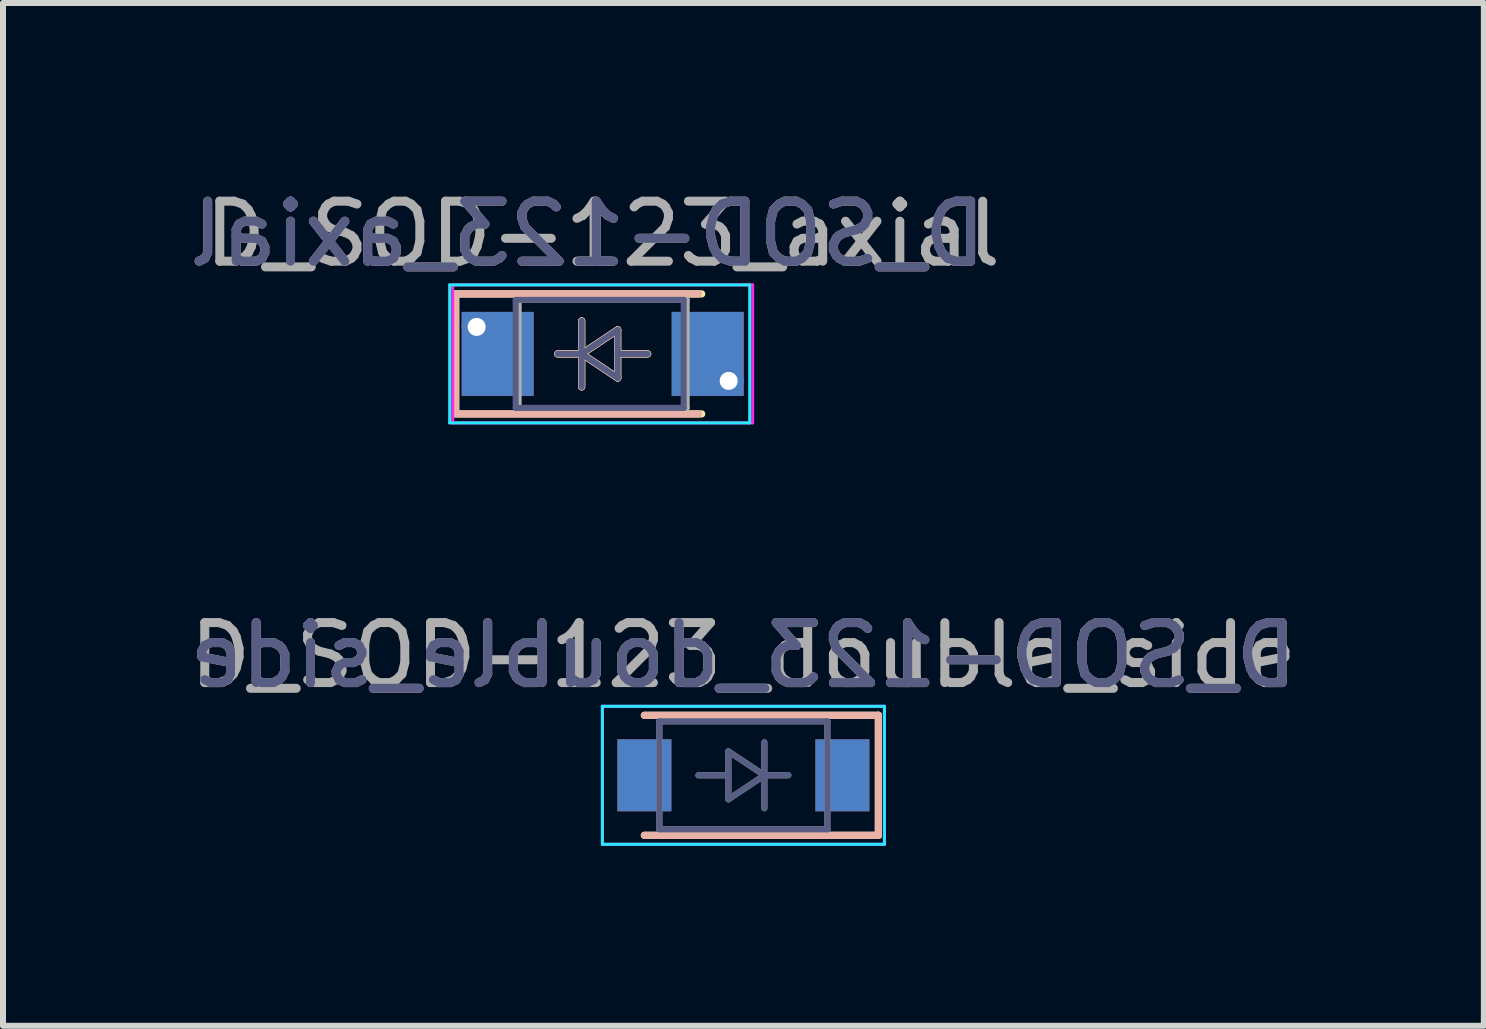
<source format=kicad_pcb>
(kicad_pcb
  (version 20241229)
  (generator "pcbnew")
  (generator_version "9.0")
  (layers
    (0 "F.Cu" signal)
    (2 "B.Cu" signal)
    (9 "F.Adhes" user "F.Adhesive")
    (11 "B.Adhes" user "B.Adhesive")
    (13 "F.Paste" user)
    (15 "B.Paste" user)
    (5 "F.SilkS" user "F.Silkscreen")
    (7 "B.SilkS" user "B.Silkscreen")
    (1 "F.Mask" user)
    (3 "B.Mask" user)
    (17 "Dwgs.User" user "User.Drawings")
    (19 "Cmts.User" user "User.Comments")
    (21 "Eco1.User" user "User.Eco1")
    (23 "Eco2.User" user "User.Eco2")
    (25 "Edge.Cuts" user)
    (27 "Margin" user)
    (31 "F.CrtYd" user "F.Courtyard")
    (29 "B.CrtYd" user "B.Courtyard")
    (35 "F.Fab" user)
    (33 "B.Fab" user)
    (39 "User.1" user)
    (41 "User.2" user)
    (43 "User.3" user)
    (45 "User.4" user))
  (footprint "D_SOD-123_axial"
    (layer "F.Cu")
    (at 6.944 2.848)
    (property "Reference" "D_SOD-123_axial" (at -0.2 -2 0) (layer "B.SilkS") (effects (font (size 1 1) (thickness 0.15)) (justify mirror)))
    (attr smd)
    (fp_line (start -2.4 -1) (end -2.4 1) (stroke (width 0.12) (type solid)) (layer "F.SilkS"))
    (fp_line (start -2.35 -1) (end 1.7 -1) (stroke (width 0.12) (type solid)) (layer "F.SilkS"))
    (fp_line (start -2.35 1) (end 1.7 1) (stroke (width 0.12) (type solid)) (layer "F.SilkS"))
    (fp_line (start -0.3 -0.55) (end -0.3 0.55) (stroke (width 0.12) (type solid)) (layer "F.SilkS"))
    (fp_line (start -0.3 0) (end -0.7 0) (stroke (width 0.12) (type solid)) (layer "F.SilkS"))
    (fp_line (start -0.3 0) (end 0.3 -0.4) (stroke (width 0.12) (type solid)) (layer "F.SilkS"))
    (fp_line (start 0.3 -0.4) (end 0.3 0.4) (stroke (width 0.12) (type solid)) (layer "F.SilkS"))
    (fp_line (start 0.3 0) (end 0.8 0) (stroke (width 0.12) (type solid)) (layer "F.SilkS"))
    (fp_line (start 0.3 0.4) (end -0.3 0) (stroke (width 0.12) (type solid)) (layer "F.SilkS"))
    (fp_line (start -2.4 -1) (end -2.4 1) (stroke (width 0.12) (type solid)) (layer "B.SilkS"))
    (fp_line (start -2.4 -1) (end 1.65 -1) (stroke (width 0.12) (type solid)) (layer "B.SilkS"))
    (fp_line (start -2.4 1) (end 1.65 1) (stroke (width 0.12) (type solid)) (layer "B.SilkS"))
    (fp_line (start -0.3 -0.55) (end -0.3 0.55) (stroke (width 0.12) (type solid)) (layer "B.SilkS"))
    (fp_line (start -0.3 0) (end -0.7 0) (stroke (width 0.12) (type solid)) (layer "B.SilkS"))
    (fp_line (start -0.3 0) (end 0.3 -0.4) (stroke (width 0.12) (type solid)) (layer "B.SilkS"))
    (fp_line (start 0.3 -0.4) (end 0.3 0.4) (stroke (width 0.12) (type solid)) (layer "B.SilkS"))
    (fp_line (start 0.3 0) (end 0.8 0) (stroke (width 0.12) (type solid)) (layer "B.SilkS"))
    (fp_line (start 0.3 0.4) (end -0.3 0) (stroke (width 0.12) (type solid)) (layer "B.SilkS"))
    (fp_line (start -2.5 -1.15) (end -2.5 1.15) (stroke (width 0.05) (type solid)) (layer "B.CrtYd"))
    (fp_line (start -2.5 -1.15) (end 2.5 -1.15) (stroke (width 0.05) (type solid)) (layer "B.CrtYd"))
    (fp_line (start 2.5 -1.15) (end 2.5 1.15) (stroke (width 0.05) (type solid)) (layer "B.CrtYd"))
    (fp_line (start 2.5 1.15) (end -2.5 1.15) (stroke (width 0.05) (type solid)) (layer "B.CrtYd"))
    (fp_line (start -2.45 -1.15) (end -2.45 1.15) (stroke (width 0.05) (type solid)) (layer "F.CrtYd"))
    (fp_line (start -2.45 -1.15) (end 2.55 -1.15) (stroke (width 0.05) (type solid)) (layer "F.CrtYd"))
    (fp_line (start 2.55 -1.15) (end 2.55 1.15) (stroke (width 0.05) (type solid)) (layer "F.CrtYd"))
    (fp_line (start 2.55 1.15) (end -2.45 1.15) (stroke (width 0.05) (type solid)) (layer "F.CrtYd"))
    (fp_line (start -1.4 -0.9) (end 1.4 -0.9) (stroke (width 0.1) (type solid)) (layer "B.Fab"))
    (fp_line (start -1.4 0.9) (end -1.4 -0.9) (stroke (width 0.1) (type solid)) (layer "B.Fab"))
    (fp_line (start -0.7 0) (end -0.3 0) (stroke (width 0.1) (type solid)) (layer "B.Fab"))
    (fp_line (start -0.3 0) (end -0.3 -0.55) (stroke (width 0.1) (type solid)) (layer "B.Fab"))
    (fp_line (start -0.3 0) (end -0.3 0.55) (stroke (width 0.1) (type solid)) (layer "B.Fab"))
    (fp_line (start -0.3 0) (end 0.3 -0.4) (stroke (width 0.1) (type solid)) (layer "B.Fab"))
    (fp_line (start 0.3 -0.4) (end 0.3 0.4) (stroke (width 0.1) (type solid)) (layer "B.Fab"))
    (fp_line (start 0.3 0) (end 0.8 0) (stroke (width 0.1) (type solid)) (layer "B.Fab"))
    (fp_line (start 0.3 0.4) (end -0.3 0) (stroke (width 0.1) (type solid)) (layer "B.Fab"))
    (fp_line (start 1.4 -0.9) (end 1.4 0.9) (stroke (width 0.1) (type solid)) (layer "B.Fab"))
    (fp_line (start 1.4 0.9) (end -1.4 0.9) (stroke (width 0.1) (type solid)) (layer "B.Fab"))
    (fp_line (start -1.35 -0.9) (end 1.45 -0.9) (stroke (width 0.1) (type solid)) (layer "F.Fab"))
    (fp_line (start -1.35 0.9) (end -1.35 -0.9) (stroke (width 0.1) (type solid)) (layer "F.Fab"))
    (fp_line (start -0.7 0) (end -0.3 0) (stroke (width 0.1) (type solid)) (layer "F.Fab"))
    (fp_line (start -0.3 0) (end -0.3 -0.55) (stroke (width 0.1) (type solid)) (layer "F.Fab"))
    (fp_line (start -0.3 0) (end -0.3 0.55) (stroke (width 0.1) (type solid)) (layer "F.Fab"))
    (fp_line (start -0.3 0) (end 0.3 -0.4) (stroke (width 0.1) (type solid)) (layer "F.Fab"))
    (fp_line (start 0.3 -0.4) (end 0.3 0.4) (stroke (width 0.1) (type solid)) (layer "F.Fab"))
    (fp_line (start 0.3 0) (end 0.8 0) (stroke (width 0.1) (type solid)) (layer "F.Fab"))
    (fp_line (start 0.3 0.4) (end -0.3 0) (stroke (width 0.1) (type solid)) (layer "F.Fab"))
    (fp_line (start 1.45 -0.9) (end 1.45 0.9) (stroke (width 0.1) (type solid)) (layer "F.Fab"))
    (fp_line (start 1.45 0.9) (end -1.35 0.9) (stroke (width 0.1) (type solid)) (layer "F.Fab"))
    (fp_text user "${REFERENCE}" (at -0.2 -2 0) (layer "B.Fab") (effects (font (size 1 1) (thickness 0.15)) (justify mirror)))
    (fp_text user "${REFERENCE}" (at 0.05 -2 0) (layer "F.Fab") (effects (font (size 1 1) (thickness 0.15))))
    (pad "1" thru_hole circle (at -2.05 -0.45) (size 0.5 0.5) (drill 0.3) (layers "*.Cu" "*.Mask"))
    (pad "1" smd rect (at -1.7 0) (size 1.2 1.4) (layers "F.Cu" "F.Mask" "F.Paste"))
    (pad "1" smd rect (at -1.7 0) (size 1.2 1.4) (layers "B.Cu" "B.Mask" "B.Paste"))
    (pad "2" smd rect (at 1.8 0) (size 1.2 1.4) (layers "F.Cu" "F.Mask" "F.Paste"))
    (pad "2" smd rect (at 1.8 0) (size 1.2 1.4) (layers "B.Cu" "B.Mask" "B.Paste"))
    (pad "2" thru_hole circle (at 2.15 0.45) (size 0.5 0.5) (drill 0.3) (layers "*.Cu" "*.Mask")))
  (footprint "D_SOD-123_double_side"
    (layer "F.Cu")
    (at 9.339 9.871)
    (property "Reference" "D_SOD-123_double_side" (at 0 -2 0) (layer "B.SilkS") (effects (font (size 1 1) (thickness 0.15)) (justify mirror)))
    (attr smd)
    (fp_line (start 2.25 -1) (end -1.65 -1) (stroke (width 0.12) (type solid)) (layer "F.SilkS"))
    (fp_line (start 2.25 -1) (end 2.25 1) (stroke (width 0.12) (type solid)) (layer "F.SilkS"))
    (fp_line (start 2.25 1) (end -1.65 1) (stroke (width 0.12) (type solid)) (layer "F.SilkS"))
    (fp_line (start 2.25 -1) (end -1.65 -1) (stroke (width 0.12) (type solid)) (layer "B.SilkS"))
    (fp_line (start 2.25 -1) (end 2.25 1) (stroke (width 0.12) (type solid)) (layer "B.SilkS"))
    (fp_line (start 2.25 1) (end -1.65 1) (stroke (width 0.12) (type solid)) (layer "B.SilkS"))
    (fp_line (start -2.35 -1.15) (end -2.35 1.15) (stroke (width 0.05) (type solid)) (layer "B.CrtYd"))
    (fp_line (start -2.35 1.15) (end 2.35 1.15) (stroke (width 0.05) (type solid)) (layer "B.CrtYd"))
    (fp_line (start 2.35 -1.15) (end -2.35 -1.15) (stroke (width 0.05) (type solid)) (layer "B.CrtYd"))
    (fp_line (start 2.35 -1.15) (end 2.35 1.15) (stroke (width 0.05) (type solid)) (layer "B.CrtYd"))
    (fp_line (start -2.35 -1.15) (end -2.35 1.15) (stroke (width 0.05) (type solid)) (layer "F.CrtYd"))
    (fp_line (start -2.35 1.15) (end 2.35 1.15) (stroke (width 0.05) (type solid)) (layer "F.CrtYd"))
    (fp_line (start 2.35 -1.15) (end -2.35 -1.15) (stroke (width 0.05) (type solid)) (layer "F.CrtYd"))
    (fp_line (start 2.35 -1.15) (end 2.35 1.15) (stroke (width 0.05) (type solid)) (layer "F.CrtYd"))
    (fp_line (start -1.4 -0.9) (end -1.4 0.9) (stroke (width 0.1) (type solid)) (layer "B.Fab"))
    (fp_line (start -1.4 0.9) (end 1.4 0.9) (stroke (width 0.1) (type solid)) (layer "B.Fab"))
    (fp_line (start -0.25 -0.4) (end -0.25 0.4) (stroke (width 0.1) (type solid)) (layer "B.Fab"))
    (fp_line (start -0.25 0) (end -0.75 0) (stroke (width 0.1) (type solid)) (layer "B.Fab"))
    (fp_line (start -0.25 0.4) (end 0.35 0) (stroke (width 0.1) (type solid)) (layer "B.Fab"))
    (fp_line (start 0.35 0) (end -0.25 -0.4) (stroke (width 0.1) (type solid)) (layer "B.Fab"))
    (fp_line (start 0.35 0) (end 0.35 -0.55) (stroke (width 0.1) (type solid)) (layer "B.Fab"))
    (fp_line (start 0.35 0) (end 0.35 0.55) (stroke (width 0.1) (type solid)) (layer "B.Fab"))
    (fp_line (start 0.75 0) (end 0.35 0) (stroke (width 0.1) (type solid)) (layer "B.Fab"))
    (fp_line (start 1.4 -0.9) (end -1.4 -0.9) (stroke (width 0.1) (type solid)) (layer "B.Fab"))
    (fp_line (start 1.4 0.9) (end 1.4 -0.9) (stroke (width 0.1) (type solid)) (layer "B.Fab"))
    (fp_line (start -1.4 -0.9) (end -1.4 0.9) (stroke (width 0.1) (type solid)) (layer "F.Fab"))
    (fp_line (start -1.4 0.9) (end 1.4 0.9) (stroke (width 0.1) (type solid)) (layer "F.Fab"))
    (fp_line (start -0.25 -0.4) (end -0.25 0.4) (stroke (width 0.1) (type solid)) (layer "F.Fab"))
    (fp_line (start -0.25 0) (end -0.75 0) (stroke (width 0.1) (type solid)) (layer "F.Fab"))
    (fp_line (start -0.25 0.4) (end 0.35 0) (stroke (width 0.1) (type solid)) (layer "F.Fab"))
    (fp_line (start 0.35 0) (end -0.25 -0.4) (stroke (width 0.1) (type solid)) (layer "F.Fab"))
    (fp_line (start 0.35 0) (end 0.35 -0.55) (stroke (width 0.1) (type solid)) (layer "F.Fab"))
    (fp_line (start 0.35 0) (end 0.35 0.55) (stroke (width 0.1) (type solid)) (layer "F.Fab"))
    (fp_line (start 0.75 0) (end 0.35 0) (stroke (width 0.1) (type solid)) (layer "F.Fab"))
    (fp_line (start 1.4 -0.9) (end -1.4 -0.9) (stroke (width 0.1) (type solid)) (layer "F.Fab"))
    (fp_line (start 1.4 0.9) (end 1.4 -0.9) (stroke (width 0.1) (type solid)) (layer "F.Fab"))
    (fp_text user "${REFERENCE}" (at 0 -2 0) (layer "B.Fab") (effects (font (size 1 1) (thickness 0.15)) (justify mirror)))
    (fp_text user "${REFERENCE}" (at 0 -2 0) (layer "F.Fab") (effects (font (size 1 1) (thickness 0.15))))
    (pad "1" smd rect (at 1.65 0) (size 0.9 1.2) (layers "F.Cu" "F.Mask" "F.Paste"))
    (pad "1" smd rect (at 1.65 0) (size 0.9 1.2) (layers "B.Cu" "B.Mask" "B.Paste"))
    (pad "2" smd rect (at -1.65 0) (size 0.9 1.2) (layers "F.Cu" "F.Mask" "F.Paste"))
    (pad "2" smd rect (at -1.65 0) (size 0.9 1.2) (layers "B.Cu" "B.Mask" "B.Paste")))
  (gr_rect
    (start -3 -3)
    (end 21.679 14.046)
    (stroke (width 0.1) (type default))
    (fill no)
    (layer "Edge.Cuts")))
</source>
